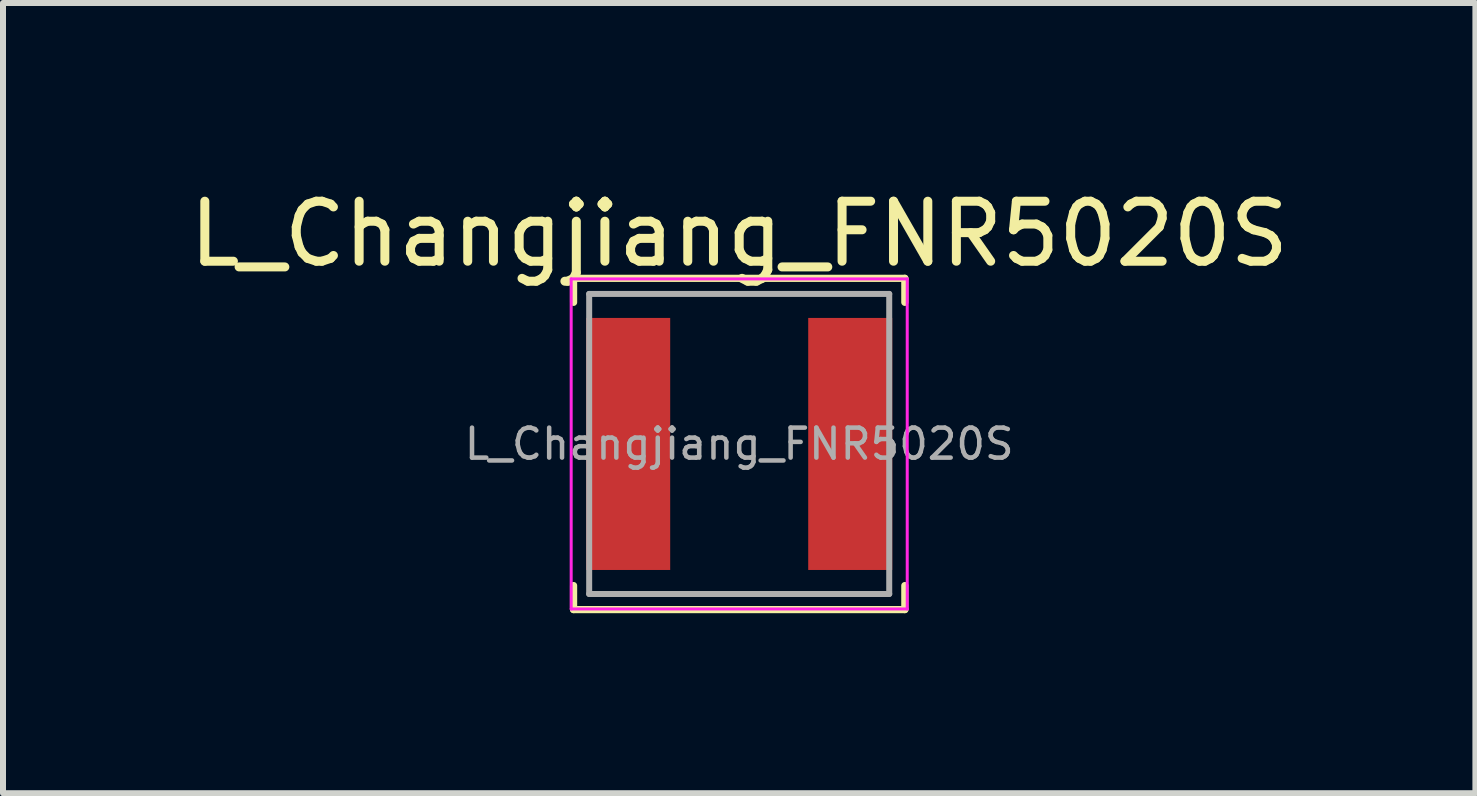
<source format=kicad_pcb>
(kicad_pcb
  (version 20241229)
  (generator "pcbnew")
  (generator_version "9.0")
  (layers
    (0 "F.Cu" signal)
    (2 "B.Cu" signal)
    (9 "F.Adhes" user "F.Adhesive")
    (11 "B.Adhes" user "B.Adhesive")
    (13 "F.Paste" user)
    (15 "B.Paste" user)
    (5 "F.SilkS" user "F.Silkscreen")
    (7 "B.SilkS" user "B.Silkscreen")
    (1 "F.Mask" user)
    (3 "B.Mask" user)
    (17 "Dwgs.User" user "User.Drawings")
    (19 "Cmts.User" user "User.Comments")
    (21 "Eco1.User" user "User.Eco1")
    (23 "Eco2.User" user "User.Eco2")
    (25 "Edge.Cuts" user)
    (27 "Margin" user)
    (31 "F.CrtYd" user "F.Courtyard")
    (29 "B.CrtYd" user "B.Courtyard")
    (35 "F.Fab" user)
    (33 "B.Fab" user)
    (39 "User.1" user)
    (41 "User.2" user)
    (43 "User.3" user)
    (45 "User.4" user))
  (footprint "L_Changjiang_FNR5020S"
    (layer "F.Cu")
    (at 9.268 4.348)
    (property "Reference" "L_Changjiang_FNR5020S" (at 0 -3.5 0) (layer "F.SilkS") (effects (font (size 1 1) (thickness 0.15))))
    (attr smd)
    (fp_line (start -2.76 -2.76) (end -2.76 -2.36) (stroke (width 0.12) (type solid)) (layer "F.SilkS"))
    (fp_line (start -2.76 -2.76) (end 2.76 -2.76) (stroke (width 0.12) (type solid)) (layer "F.SilkS"))
    (fp_line (start -2.76 2.76) (end -2.76 2.36) (stroke (width 0.12) (type solid)) (layer "F.SilkS"))
    (fp_line (start -2.76 2.76) (end 2.76 2.76) (stroke (width 0.12) (type solid)) (layer "F.SilkS"))
    (fp_line (start 2.76 -2.76) (end 2.76 -2.36) (stroke (width 0.12) (type solid)) (layer "F.SilkS"))
    (fp_line (start 2.76 2.76) (end 2.76 2.36) (stroke (width 0.12) (type solid)) (layer "F.SilkS"))
    (fp_line (start -2.8 -2.75) (end -2.8 2.75) (stroke (width 0.05) (type solid)) (layer "F.CrtYd"))
    (fp_line (start -2.8 2.75) (end 2.8 2.75) (stroke (width 0.05) (type solid)) (layer "F.CrtYd"))
    (fp_line (start 2.8 -2.75) (end -2.8 -2.75) (stroke (width 0.05) (type solid)) (layer "F.CrtYd"))
    (fp_line (start 2.8 2.75) (end 2.8 -2.75) (stroke (width 0.05) (type solid)) (layer "F.CrtYd"))
    (fp_line (start -2.5 -2.5) (end -2.5 2.5) (stroke (width 0.1) (type solid)) (layer "F.Fab"))
    (fp_line (start -2.5 2.5) (end 2.5 2.5) (stroke (width 0.1) (type solid)) (layer "F.Fab"))
    (fp_line (start 2.5 -2.5) (end -2.5 -2.5) (stroke (width 0.1) (type solid)) (layer "F.Fab"))
    (fp_line (start 2.5 2.5) (end 2.5 -2.5) (stroke (width 0.1) (type solid)) (layer "F.Fab"))
    (fp_text user "${REFERENCE}" (at 0 0 0) (layer "F.Fab") (effects (font (size 0.5 0.5) (thickness 0.075))))
    (pad "1" smd rect (at -1.85 0) (size 1.4 4.2) (layers "F.Cu" "F.Mask" "F.Paste"))
    (pad "2" smd rect (at 1.85 0) (size 1.4 4.2) (layers "F.Cu" "F.Mask" "F.Paste")))
  (gr_rect
    (start -3 -3)
    (end 21.536 10.168)
    (stroke (width 0.1) (type default))
    (fill no)
    (layer "Edge.Cuts")))
</source>
